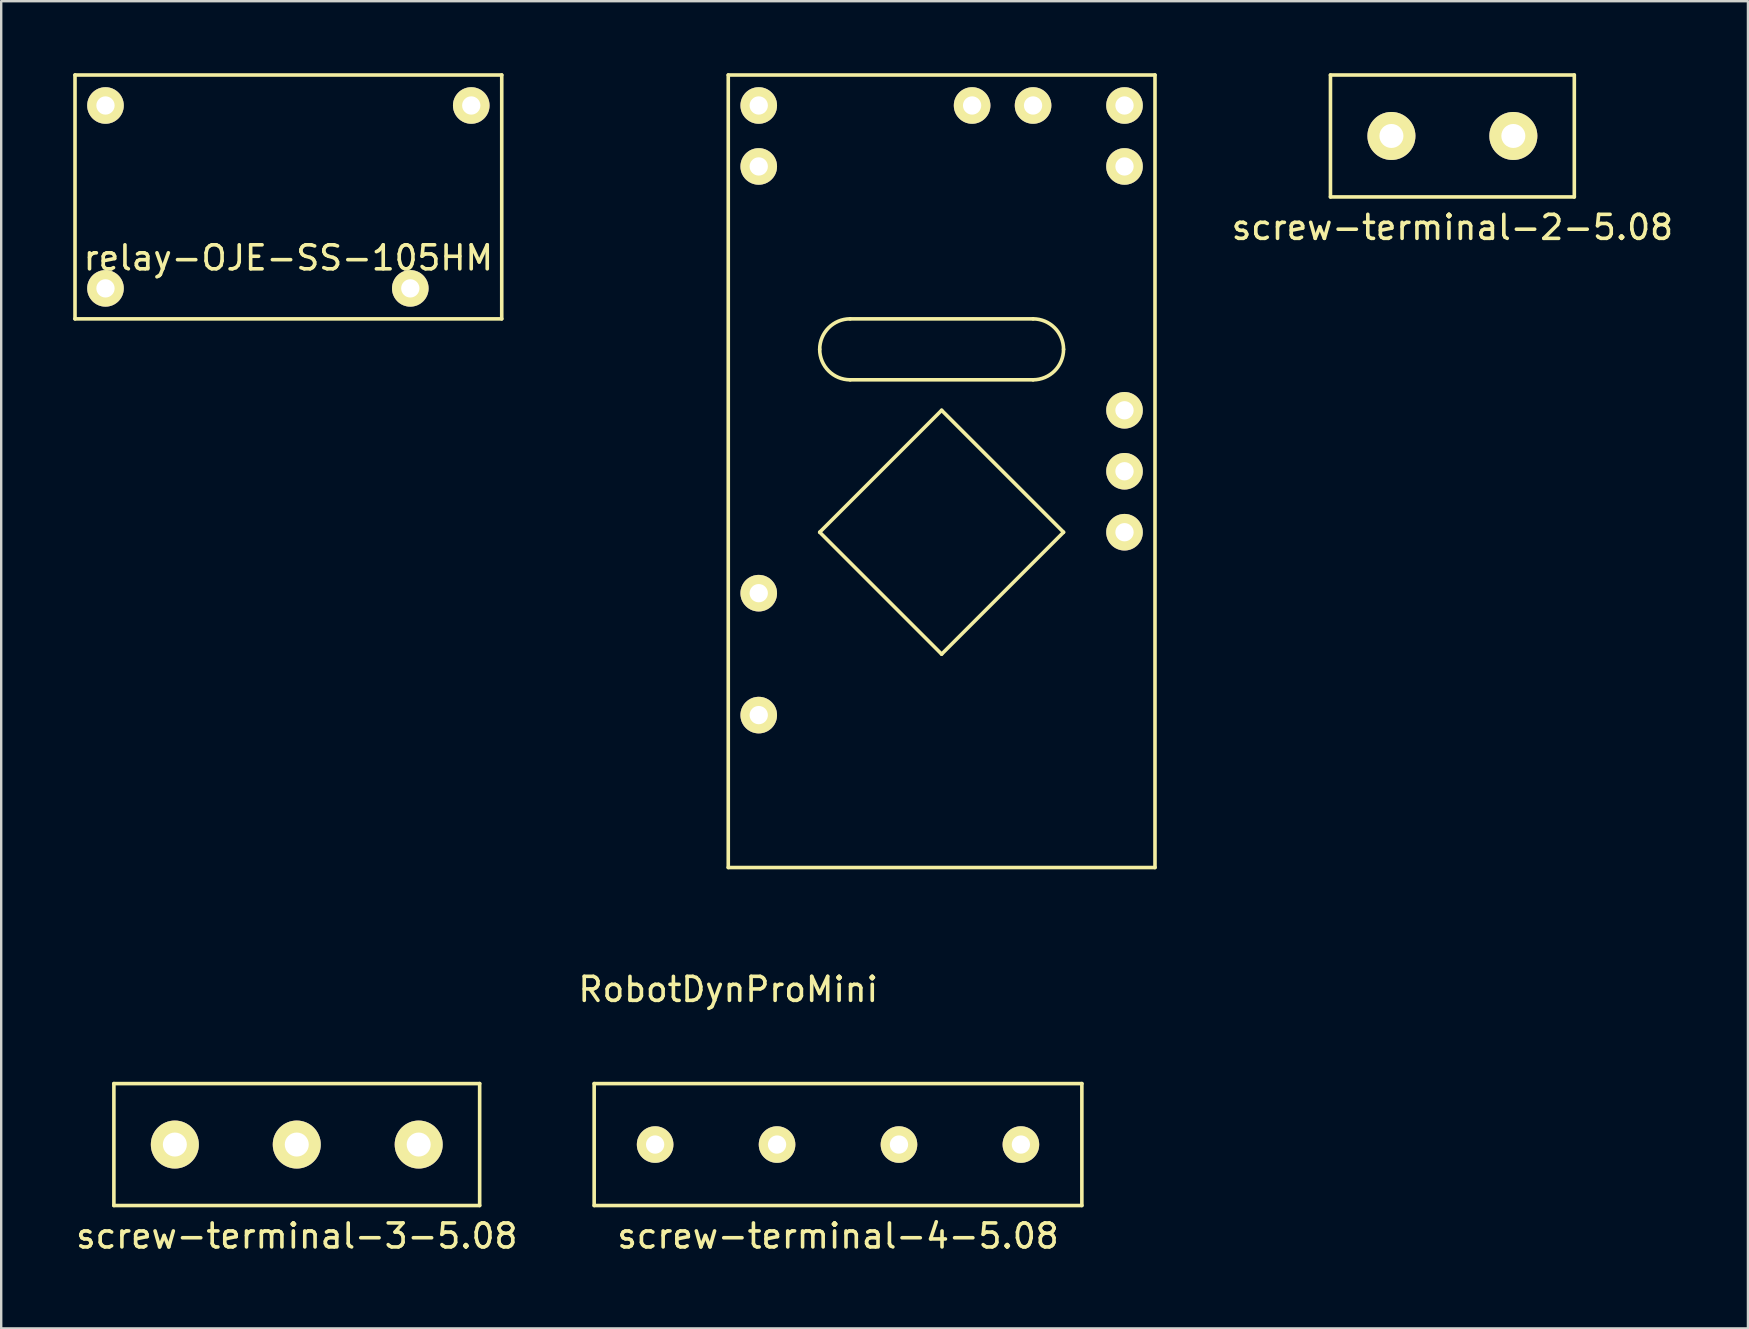
<source format=kicad_pcb>
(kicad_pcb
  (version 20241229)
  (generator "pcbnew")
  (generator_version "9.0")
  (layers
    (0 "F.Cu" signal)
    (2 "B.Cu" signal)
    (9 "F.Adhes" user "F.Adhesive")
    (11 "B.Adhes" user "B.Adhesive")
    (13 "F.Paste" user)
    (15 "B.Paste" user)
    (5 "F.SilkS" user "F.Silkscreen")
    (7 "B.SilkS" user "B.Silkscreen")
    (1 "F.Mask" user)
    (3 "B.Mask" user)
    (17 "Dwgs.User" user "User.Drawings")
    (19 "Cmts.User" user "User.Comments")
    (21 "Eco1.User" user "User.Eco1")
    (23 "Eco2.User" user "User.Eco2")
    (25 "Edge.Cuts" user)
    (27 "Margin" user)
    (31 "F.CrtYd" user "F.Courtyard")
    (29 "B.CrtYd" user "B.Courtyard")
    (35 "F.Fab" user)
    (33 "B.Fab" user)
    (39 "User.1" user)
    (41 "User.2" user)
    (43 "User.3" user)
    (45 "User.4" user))
  (footprint "relay-OJE-SS-105HM"
    (layer "F.Cu")
    (at 1.345 8.965)
    (property "Reference" "relay-OJE-SS-105HM" (at 7.62 -1.27 0) (layer "F.SilkS") (effects (font (size 1 1) (thickness 0.15))))
    (attr through_hole)
    (fp_line (start -1.27 -8.89) (end -1.27 1.27) (stroke (width 0.15) (type solid)) (layer "F.SilkS"))
    (fp_line (start -1.27 1.27) (end 16.51 1.27) (stroke (width 0.15) (type solid)) (layer "F.SilkS"))
    (fp_line (start 16.51 -8.89) (end -1.27 -8.89) (stroke (width 0.15) (type solid)) (layer "F.SilkS"))
    (fp_line (start 16.51 1.27) (end 16.51 -8.89) (stroke (width 0.15) (type solid)) (layer "F.SilkS"))
    (pad "11" thru_hole circle (at 15.24 -7.62) (size 1.524 1.524) (drill 0.762) (layers "*.Cu" "*.Mask" "F.SilkS"))
    (pad "14" thru_hole circle (at 12.7 0) (size 1.524 1.524) (drill 0.762) (layers "*.Cu" "*.Mask" "F.SilkS"))
    (pad "A1" thru_hole circle (at 0 0) (size 1.524 1.524) (drill 0.762) (layers "*.Cu" "*.Mask" "F.SilkS"))
    (pad "A2" thru_hole circle (at 0 -7.62) (size 1.524 1.524) (drill 0.762) (layers "*.Cu" "*.Mask" "F.SilkS")))
  (footprint "RobotDynProMini"
    (layer "F.Cu")
    (at 27.293 33.095)
    (property "Reference" "RobotDynProMini" (at 0 5.08 0) (layer "F.SilkS") (effects (font (size 1 1) (thickness 0.15))))
    (attr through_hole)
    (fp_line (start 0 -33.02) (end 17.78 -33.02) (stroke (width 0.15) (type solid)) (layer "F.SilkS"))
    (fp_line (start 0 0) (end 0 -33.02) (stroke (width 0.15) (type solid)) (layer "F.SilkS"))
    (fp_line (start 3.81 -13.97) (end 8.89 -8.89) (stroke (width 0.15) (type solid)) (layer "F.SilkS"))
    (fp_line (start 5.08 -22.86) (end 12.7 -22.86) (stroke (width 0.15) (type solid)) (layer "F.SilkS"))
    (fp_line (start 8.89 -19.05) (end 3.81 -13.97) (stroke (width 0.15) (type solid)) (layer "F.SilkS"))
    (fp_line (start 8.89 -8.89) (end 13.97 -13.97) (stroke (width 0.15) (type solid)) (layer "F.SilkS"))
    (fp_line (start 12.7 -20.32) (end 5.08 -20.32) (stroke (width 0.15) (type solid)) (layer "F.SilkS"))
    (fp_line (start 13.97 -13.97) (end 8.89 -19.05) (stroke (width 0.15) (type solid)) (layer "F.SilkS"))
    (fp_line (start 17.78 -33.02) (end 17.78 0) (stroke (width 0.15) (type solid)) (layer "F.SilkS"))
    (fp_line (start 17.78 0) (end 0 0) (stroke (width 0.15) (type solid)) (layer "F.SilkS"))
    (fp_arc (start 3.81 -21.59) (mid 4.181974 -22.488026) (end 5.08 -22.86) (stroke (width 0.15) (type solid)) (layer "F.SilkS"))
    (fp_arc (start 5.08 -20.32) (mid 4.181974 -20.691974) (end 3.81 -21.59) (stroke (width 0.15) (type solid)) (layer "F.SilkS"))
    (fp_arc (start 12.7 -22.86) (mid 13.598026 -22.488026) (end 13.97 -21.59) (stroke (width 0.15) (type solid)) (layer "F.SilkS"))
    (fp_arc (start 13.97 -21.59) (mid 13.598026 -20.691974) (end 12.7 -20.32) (stroke (width 0.15) (type solid)) (layer "F.SilkS"))
    (pad "A4" thru_hole circle (at 12.7 -31.75) (size 1.524 1.524) (drill 0.762) (layers "*.Cu" "*.Mask" "F.SilkS"))
    (pad "A5" thru_hole circle (at 10.16 -31.75) (size 1.524 1.524) (drill 0.762) (layers "*.Cu" "*.Mask" "F.SilkS"))
    (pad "D2" thru_hole circle (at 16.51 -13.97) (size 1.524 1.524) (drill 0.762) (layers "*.Cu" "*.Mask" "F.SilkS"))
    (pad "D3" thru_hole circle (at 16.51 -16.51) (size 1.524 1.524) (drill 0.762) (layers "*.Cu" "*.Mask" "F.SilkS"))
    (pad "D4" thru_hole circle (at 16.51 -19.05) (size 1.524 1.524) (drill 0.762) (layers "*.Cu" "*.Mask" "F.SilkS"))
    (pad "D8" thru_hole circle (at 16.51 -29.21) (size 1.524 1.524) (drill 0.762) (layers "*.Cu" "*.Mask" "F.SilkS"))
    (pad "D9" thru_hole circle (at 16.51 -31.75) (size 1.524 1.524) (drill 0.762) (layers "*.Cu" "*.Mask" "F.SilkS"))
    (pad "D10" thru_hole circle (at 1.27 -31.75) (size 1.524 1.524) (drill 0.762) (layers "*.Cu" "*.Mask" "F.SilkS"))
    (pad "D11" thru_hole circle (at 1.27 -29.21) (size 1.524 1.524) (drill 0.762) (layers "*.Cu" "*.Mask" "F.SilkS"))
    (pad "GND" thru_hole circle (at 1.27 -6.35) (size 1.524 1.524) (drill 0.762) (layers "*.Cu" "*.Mask" "F.SilkS"))
    (pad "VCC" thru_hole circle (at 1.27 -11.43) (size 1.524 1.524) (drill 0.762) (layers "*.Cu" "*.Mask" "F.SilkS")))
  (footprint "screw-terminal-3-5.08"
    (layer "F.Cu")
    (at 4.235 44.638)
    (property "Reference" "screw-terminal-3-5.08" (at 5.08 3.81 0) (layer "F.SilkS") (effects (font (size 1 1) (thickness 0.15))))
    (attr through_hole)
    (fp_line (start -2.54 -2.54) (end -2.54 2.54) (stroke (width 0.15) (type solid)) (layer "F.SilkS"))
    (fp_line (start -2.54 2.54) (end 12.7 2.54) (stroke (width 0.15) (type solid)) (layer "F.SilkS"))
    (fp_line (start 12.7 -2.54) (end -2.54 -2.54) (stroke (width 0.15) (type solid)) (layer "F.SilkS"))
    (fp_line (start 12.7 2.54) (end 12.7 -2.54) (stroke (width 0.15) (type solid)) (layer "F.SilkS"))
    (pad "1" thru_hole circle (at 0 0) (size 2 2) (drill 1) (layers "*.Cu" "*.Mask" "F.SilkS"))
    (pad "2" thru_hole circle (at 5.08 0) (size 2 2) (drill 1) (layers "*.Cu" "*.Mask" "F.SilkS"))
    (pad "3" thru_hole circle (at 10.16 0) (size 2 2) (drill 1) (layers "*.Cu" "*.Mask" "F.SilkS")))
  (footprint "screw-terminal-4-5.08"
    (layer "F.Cu")
    (at 24.246 44.638)
    (property "Reference" "screw-terminal-4-5.08" (at 7.62 3.81 0) (layer "F.SilkS") (effects (font (size 1 1) (thickness 0.15))))
    (attr through_hole)
    (fp_line (start -2.54 -2.54) (end 17.78 -2.54) (stroke (width 0.15) (type solid)) (layer "F.SilkS"))
    (fp_line (start -2.54 2.54) (end -2.54 -2.54) (stroke (width 0.15) (type solid)) (layer "F.SilkS"))
    (fp_line (start 17.78 -2.54) (end 17.78 2.54) (stroke (width 0.15) (type solid)) (layer "F.SilkS"))
    (fp_line (start 17.78 2.54) (end -2.54 2.54) (stroke (width 0.15) (type solid)) (layer "F.SilkS"))
    (pad "1" thru_hole circle (at 0 0) (size 1.524 1.524) (drill 0.762) (layers "*.Cu" "*.Mask" "F.SilkS"))
    (pad "2" thru_hole circle (at 5.08 0) (size 1.524 1.524) (drill 0.762) (layers "*.Cu" "*.Mask" "F.SilkS"))
    (pad "3" thru_hole circle (at 10.16 0) (size 1.524 1.524) (drill 0.762) (layers "*.Cu" "*.Mask" "F.SilkS"))
    (pad "4" thru_hole circle (at 15.24 0) (size 1.524 1.524) (drill 0.762) (layers "*.Cu" "*.Mask" "F.SilkS")))
  (footprint "screw-terminal-2-5.08"
    (layer "F.Cu")
    (at 54.924 2.615)
    (property "Reference" "screw-terminal-2-5.08" (at 2.54 3.81 0) (layer "F.SilkS") (effects (font (size 1 1) (thickness 0.15))))
    (attr through_hole)
    (fp_line (start -2.54 -2.54) (end 7.62 -2.54) (stroke (width 0.15) (type solid)) (layer "F.SilkS"))
    (fp_line (start -2.54 2.54) (end -2.54 -2.54) (stroke (width 0.15) (type solid)) (layer "F.SilkS"))
    (fp_line (start 7.62 -2.54) (end 7.62 2.54) (stroke (width 0.15) (type solid)) (layer "F.SilkS"))
    (fp_line (start 7.62 2.54) (end -2.54 2.54) (stroke (width 0.15) (type solid)) (layer "F.SilkS"))
    (pad "1" thru_hole circle (at 0 0) (size 2 2) (drill 1) (layers "*.Cu" "*.Mask" "F.SilkS"))
    (pad "2" thru_hole circle (at 5.08 0) (size 2 2) (drill 1) (layers "*.Cu" "*.Mask" "F.SilkS")))
  (gr_rect
    (start -3 -3)
    (end 69.779 52.297)
    (stroke (width 0.1) (type default))
    (fill no)
    (layer "Edge.Cuts")))
</source>
